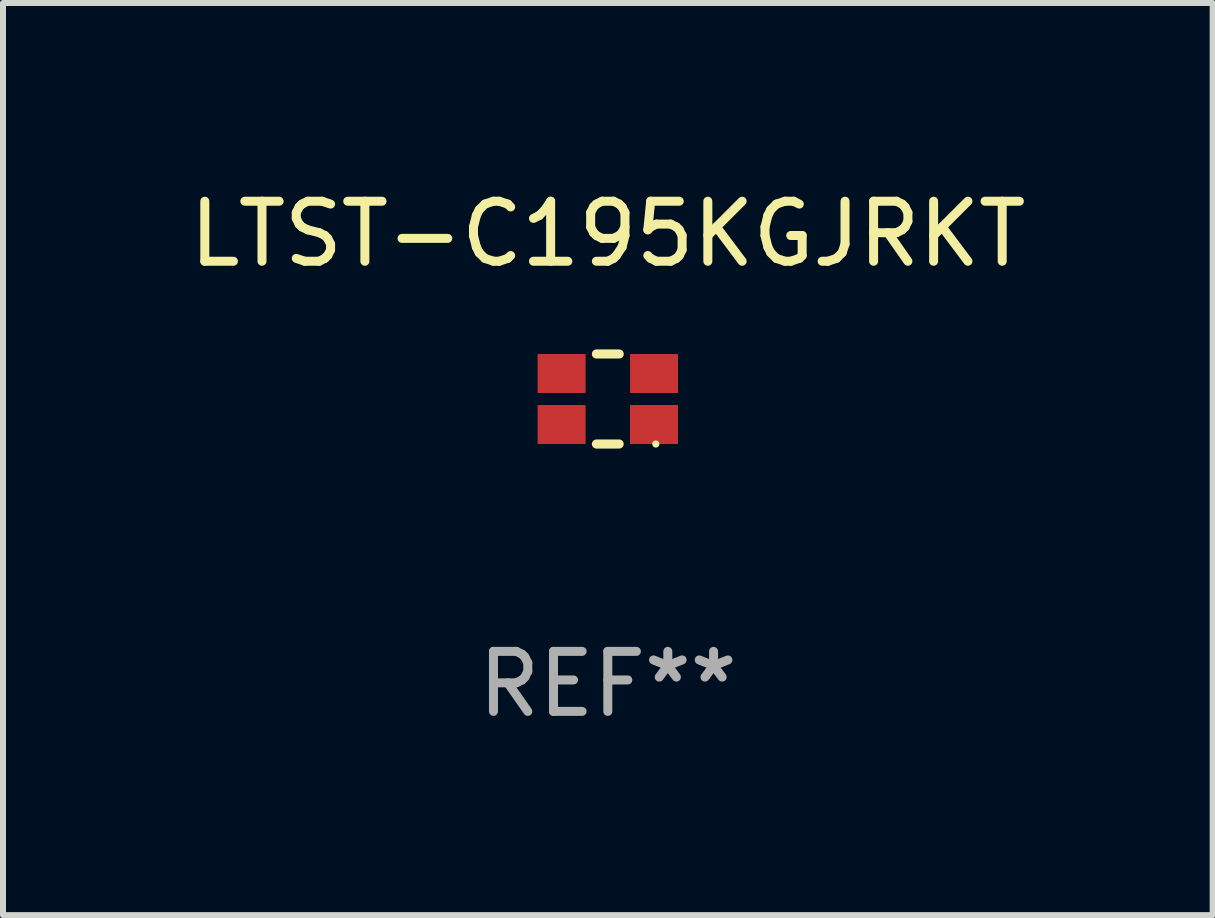
<source format=kicad_pcb>
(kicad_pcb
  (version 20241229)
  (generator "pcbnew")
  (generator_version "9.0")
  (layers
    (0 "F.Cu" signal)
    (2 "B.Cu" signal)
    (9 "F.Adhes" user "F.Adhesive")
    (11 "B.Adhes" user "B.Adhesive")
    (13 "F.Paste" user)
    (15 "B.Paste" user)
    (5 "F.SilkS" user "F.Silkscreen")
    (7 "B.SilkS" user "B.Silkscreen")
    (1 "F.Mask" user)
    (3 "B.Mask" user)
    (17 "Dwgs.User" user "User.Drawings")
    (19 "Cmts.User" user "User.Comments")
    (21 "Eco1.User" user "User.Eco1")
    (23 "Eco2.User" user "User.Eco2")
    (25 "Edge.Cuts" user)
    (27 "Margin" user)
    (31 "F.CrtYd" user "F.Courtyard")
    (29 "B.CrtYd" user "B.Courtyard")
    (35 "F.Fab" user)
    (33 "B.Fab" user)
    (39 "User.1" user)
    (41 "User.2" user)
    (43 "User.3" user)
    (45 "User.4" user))
  (footprint "LTST-C195KGJRKT"
    (layer "F.Cu")
    (at 7.077 3.598)
    (property "Reference" "LTST-C195KGJRKT" (at 0 -2.75 0) (layer "F.SilkS") (effects (font (size 1 1) (thickness 0.15))))
    (attr through_hole)
    (fp_line (start -0.19 -0.75) (end 0.19 -0.75) (stroke (width 0.152) (type solid)) (layer "F.SilkS"))
    (fp_line (start -0.19 0.75) (end 0.189 0.75) (stroke (width 0.152) (type solid)) (layer "F.SilkS"))
    (fp_circle (center 0.8 0.75) (end 0.83 0.75) (stroke (width 0.06) (type solid)) (fill no) (layer "F.SilkS"))
    (fp_text user "REF**" (at 0 4.75 0) (layer "F.Fab") (effects (font (size 1 1) (thickness 0.15))))
    (pad "1" smd rect (at 0.769 0.425) (size 0.8 0.65) (layers "F.Cu" "F.Mask" "F.Paste"))
    (pad "2" smd rect (at 0.77 -0.425) (size 0.8 0.65) (layers "F.Cu" "F.Mask" "F.Paste"))
    (pad "3" smd rect (at -0.77 0.425) (size 0.8 0.65) (layers "F.Cu" "F.Mask" "F.Paste"))
    (pad "4" smd rect (at -0.77 -0.425) (size 0.8 0.65) (layers "F.Cu" "F.Mask" "F.Paste")))
  (gr_rect
    (start -3 -3)
    (end 17.155 12.197)
    (stroke (width 0.1) (type default))
    (fill no)
    (layer "Edge.Cuts")))
</source>
